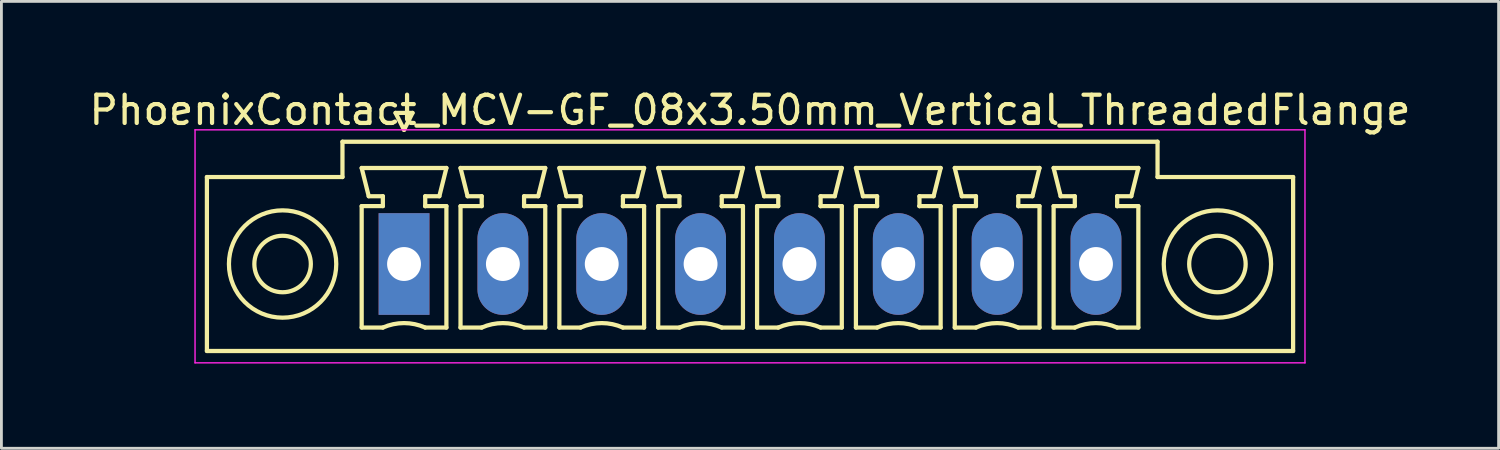
<source format=kicad_pcb>
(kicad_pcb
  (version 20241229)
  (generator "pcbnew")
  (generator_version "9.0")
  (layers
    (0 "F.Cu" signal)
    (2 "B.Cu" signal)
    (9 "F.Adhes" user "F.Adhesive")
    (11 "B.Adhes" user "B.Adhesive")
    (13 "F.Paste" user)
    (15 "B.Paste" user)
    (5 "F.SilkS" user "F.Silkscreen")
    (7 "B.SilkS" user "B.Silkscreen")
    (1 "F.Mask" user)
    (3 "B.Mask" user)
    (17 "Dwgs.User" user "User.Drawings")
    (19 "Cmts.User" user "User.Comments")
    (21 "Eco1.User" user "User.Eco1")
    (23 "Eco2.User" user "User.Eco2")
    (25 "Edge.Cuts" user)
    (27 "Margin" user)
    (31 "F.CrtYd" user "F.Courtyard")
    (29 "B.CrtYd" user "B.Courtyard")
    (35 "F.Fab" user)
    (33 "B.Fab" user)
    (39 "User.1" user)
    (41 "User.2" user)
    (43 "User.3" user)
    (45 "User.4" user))
  (footprint "PhoenixContact_MCV-GF_08x3.50mm_Vertical_ThreadedFlange"
    (layer "F.Cu")
    (at 11.256 6.298)
    (property "Reference" "PhoenixContact_MCV-GF_08x3.50mm_Vertical_ThreadedFlange" (at 12.25 -5.45 0) (layer "F.SilkS") (effects (font (size 1 1) (thickness 0.15))))
    (attr through_hole)
    (fp_line (start -6.98 -3.08) (end -6.98 3.08) (stroke (width 0.15) (type solid)) (layer "F.SilkS"))
    (fp_line (start -6.98 3.08) (end 31.48 3.08) (stroke (width 0.15) (type solid)) (layer "F.SilkS"))
    (fp_line (start -2.18 -4.33) (end -2.18 -3.08) (stroke (width 0.15) (type solid)) (layer "F.SilkS"))
    (fp_line (start -2.18 -3.08) (end -6.98 -3.08) (stroke (width 0.15) (type solid)) (layer "F.SilkS"))
    (fp_line (start -1.5 -3.4) (end 1.5 -3.4) (stroke (width 0.15) (type solid)) (layer "F.SilkS"))
    (fp_line (start -1.5 -2.05) (end -0.75 -2.05) (stroke (width 0.15) (type solid)) (layer "F.SilkS"))
    (fp_line (start -1.5 2.25) (end -1.5 -2.05) (stroke (width 0.15) (type solid)) (layer "F.SilkS"))
    (fp_line (start -1.25 -2.4) (end -1.5 -3.4) (stroke (width 0.15) (type solid)) (layer "F.SilkS"))
    (fp_line (start -0.75 -2.4) (end -1.25 -2.4) (stroke (width 0.15) (type solid)) (layer "F.SilkS"))
    (fp_line (start -0.75 -2.05) (end -0.75 -2.4) (stroke (width 0.15) (type solid)) (layer "F.SilkS"))
    (fp_line (start -0.75 2.25) (end -1.5 2.25) (stroke (width 0.15) (type solid)) (layer "F.SilkS"))
    (fp_line (start -0.3 -5.35) (end 0 -4.75) (stroke (width 0.15) (type solid)) (layer "F.SilkS"))
    (fp_line (start 0 -4.75) (end 0.3 -5.35) (stroke (width 0.15) (type solid)) (layer "F.SilkS"))
    (fp_line (start 0.3 -5.35) (end -0.3 -5.35) (stroke (width 0.15) (type solid)) (layer "F.SilkS"))
    (fp_line (start 0.75 -2.4) (end 0.75 -2.05) (stroke (width 0.15) (type solid)) (layer "F.SilkS"))
    (fp_line (start 0.75 -2.05) (end 0.75 -2.05) (stroke (width 0.15) (type solid)) (layer "F.SilkS"))
    (fp_line (start 0.75 -2.05) (end 1.5 -2.05) (stroke (width 0.15) (type solid)) (layer "F.SilkS"))
    (fp_line (start 1.25 -2.4) (end 0.75 -2.4) (stroke (width 0.15) (type solid)) (layer "F.SilkS"))
    (fp_line (start 1.5 -3.4) (end 1.25 -2.4) (stroke (width 0.15) (type solid)) (layer "F.SilkS"))
    (fp_line (start 1.5 -2.05) (end 1.5 2.25) (stroke (width 0.15) (type solid)) (layer "F.SilkS"))
    (fp_line (start 1.5 2.25) (end 0.75 2.25) (stroke (width 0.15) (type solid)) (layer "F.SilkS"))
    (fp_line (start 2 -3.4) (end 5 -3.4) (stroke (width 0.15) (type solid)) (layer "F.SilkS"))
    (fp_line (start 2 -2.05) (end 2.75 -2.05) (stroke (width 0.15) (type solid)) (layer "F.SilkS"))
    (fp_line (start 2 2.25) (end 2 -2.05) (stroke (width 0.15) (type solid)) (layer "F.SilkS"))
    (fp_line (start 2.25 -2.4) (end 2 -3.4) (stroke (width 0.15) (type solid)) (layer "F.SilkS"))
    (fp_line (start 2.75 -2.4) (end 2.25 -2.4) (stroke (width 0.15) (type solid)) (layer "F.SilkS"))
    (fp_line (start 2.75 -2.05) (end 2.75 -2.4) (stroke (width 0.15) (type solid)) (layer "F.SilkS"))
    (fp_line (start 2.75 2.25) (end 2 2.25) (stroke (width 0.15) (type solid)) (layer "F.SilkS"))
    (fp_line (start 4.25 -2.4) (end 4.25 -2.05) (stroke (width 0.15) (type solid)) (layer "F.SilkS"))
    (fp_line (start 4.25 -2.05) (end 4.25 -2.05) (stroke (width 0.15) (type solid)) (layer "F.SilkS"))
    (fp_line (start 4.25 -2.05) (end 5 -2.05) (stroke (width 0.15) (type solid)) (layer "F.SilkS"))
    (fp_line (start 4.75 -2.4) (end 4.25 -2.4) (stroke (width 0.15) (type solid)) (layer "F.SilkS"))
    (fp_line (start 5 -3.4) (end 4.75 -2.4) (stroke (width 0.15) (type solid)) (layer "F.SilkS"))
    (fp_line (start 5 -2.05) (end 5 2.25) (stroke (width 0.15) (type solid)) (layer "F.SilkS"))
    (fp_line (start 5 2.25) (end 4.25 2.25) (stroke (width 0.15) (type solid)) (layer "F.SilkS"))
    (fp_line (start 5.5 -3.4) (end 8.5 -3.4) (stroke (width 0.15) (type solid)) (layer "F.SilkS"))
    (fp_line (start 5.5 -2.05) (end 6.25 -2.05) (stroke (width 0.15) (type solid)) (layer "F.SilkS"))
    (fp_line (start 5.5 2.25) (end 5.5 -2.05) (stroke (width 0.15) (type solid)) (layer "F.SilkS"))
    (fp_line (start 5.75 -2.4) (end 5.5 -3.4) (stroke (width 0.15) (type solid)) (layer "F.SilkS"))
    (fp_line (start 6.25 -2.4) (end 5.75 -2.4) (stroke (width 0.15) (type solid)) (layer "F.SilkS"))
    (fp_line (start 6.25 -2.05) (end 6.25 -2.4) (stroke (width 0.15) (type solid)) (layer "F.SilkS"))
    (fp_line (start 6.25 2.25) (end 5.5 2.25) (stroke (width 0.15) (type solid)) (layer "F.SilkS"))
    (fp_line (start 7.75 -2.4) (end 7.75 -2.05) (stroke (width 0.15) (type solid)) (layer "F.SilkS"))
    (fp_line (start 7.75 -2.05) (end 7.75 -2.05) (stroke (width 0.15) (type solid)) (layer "F.SilkS"))
    (fp_line (start 7.75 -2.05) (end 8.5 -2.05) (stroke (width 0.15) (type solid)) (layer "F.SilkS"))
    (fp_line (start 8.25 -2.4) (end 7.75 -2.4) (stroke (width 0.15) (type solid)) (layer "F.SilkS"))
    (fp_line (start 8.5 -3.4) (end 8.25 -2.4) (stroke (width 0.15) (type solid)) (layer "F.SilkS"))
    (fp_line (start 8.5 -2.05) (end 8.5 2.25) (stroke (width 0.15) (type solid)) (layer "F.SilkS"))
    (fp_line (start 8.5 2.25) (end 7.75 2.25) (stroke (width 0.15) (type solid)) (layer "F.SilkS"))
    (fp_line (start 9 -3.4) (end 12 -3.4) (stroke (width 0.15) (type solid)) (layer "F.SilkS"))
    (fp_line (start 9 -2.05) (end 9.75 -2.05) (stroke (width 0.15) (type solid)) (layer "F.SilkS"))
    (fp_line (start 9 2.25) (end 9 -2.05) (stroke (width 0.15) (type solid)) (layer "F.SilkS"))
    (fp_line (start 9.25 -2.4) (end 9 -3.4) (stroke (width 0.15) (type solid)) (layer "F.SilkS"))
    (fp_line (start 9.75 -2.4) (end 9.25 -2.4) (stroke (width 0.15) (type solid)) (layer "F.SilkS"))
    (fp_line (start 9.75 -2.05) (end 9.75 -2.4) (stroke (width 0.15) (type solid)) (layer "F.SilkS"))
    (fp_line (start 9.75 2.25) (end 9 2.25) (stroke (width 0.15) (type solid)) (layer "F.SilkS"))
    (fp_line (start 11.25 -2.4) (end 11.25 -2.05) (stroke (width 0.15) (type solid)) (layer "F.SilkS"))
    (fp_line (start 11.25 -2.05) (end 11.25 -2.05) (stroke (width 0.15) (type solid)) (layer "F.SilkS"))
    (fp_line (start 11.25 -2.05) (end 12 -2.05) (stroke (width 0.15) (type solid)) (layer "F.SilkS"))
    (fp_line (start 11.75 -2.4) (end 11.25 -2.4) (stroke (width 0.15) (type solid)) (layer "F.SilkS"))
    (fp_line (start 12 -3.4) (end 11.75 -2.4) (stroke (width 0.15) (type solid)) (layer "F.SilkS"))
    (fp_line (start 12 -2.05) (end 12 2.25) (stroke (width 0.15) (type solid)) (layer "F.SilkS"))
    (fp_line (start 12 2.25) (end 11.25 2.25) (stroke (width 0.15) (type solid)) (layer "F.SilkS"))
    (fp_line (start 12.5 -3.4) (end 15.5 -3.4) (stroke (width 0.15) (type solid)) (layer "F.SilkS"))
    (fp_line (start 12.5 -2.05) (end 13.25 -2.05) (stroke (width 0.15) (type solid)) (layer "F.SilkS"))
    (fp_line (start 12.5 2.25) (end 12.5 -2.05) (stroke (width 0.15) (type solid)) (layer "F.SilkS"))
    (fp_line (start 12.75 -2.4) (end 12.5 -3.4) (stroke (width 0.15) (type solid)) (layer "F.SilkS"))
    (fp_line (start 13.25 -2.4) (end 12.75 -2.4) (stroke (width 0.15) (type solid)) (layer "F.SilkS"))
    (fp_line (start 13.25 -2.05) (end 13.25 -2.4) (stroke (width 0.15) (type solid)) (layer "F.SilkS"))
    (fp_line (start 13.25 2.25) (end 12.5 2.25) (stroke (width 0.15) (type solid)) (layer "F.SilkS"))
    (fp_line (start 14.75 -2.4) (end 14.75 -2.05) (stroke (width 0.15) (type solid)) (layer "F.SilkS"))
    (fp_line (start 14.75 -2.05) (end 14.75 -2.05) (stroke (width 0.15) (type solid)) (layer "F.SilkS"))
    (fp_line (start 14.75 -2.05) (end 15.5 -2.05) (stroke (width 0.15) (type solid)) (layer "F.SilkS"))
    (fp_line (start 15.25 -2.4) (end 14.75 -2.4) (stroke (width 0.15) (type solid)) (layer "F.SilkS"))
    (fp_line (start 15.5 -3.4) (end 15.25 -2.4) (stroke (width 0.15) (type solid)) (layer "F.SilkS"))
    (fp_line (start 15.5 -2.05) (end 15.5 2.25) (stroke (width 0.15) (type solid)) (layer "F.SilkS"))
    (fp_line (start 15.5 2.25) (end 14.75 2.25) (stroke (width 0.15) (type solid)) (layer "F.SilkS"))
    (fp_line (start 16 -3.4) (end 19 -3.4) (stroke (width 0.15) (type solid)) (layer "F.SilkS"))
    (fp_line (start 16 -2.05) (end 16.75 -2.05) (stroke (width 0.15) (type solid)) (layer "F.SilkS"))
    (fp_line (start 16 2.25) (end 16 -2.05) (stroke (width 0.15) (type solid)) (layer "F.SilkS"))
    (fp_line (start 16.25 -2.4) (end 16 -3.4) (stroke (width 0.15) (type solid)) (layer "F.SilkS"))
    (fp_line (start 16.75 -2.4) (end 16.25 -2.4) (stroke (width 0.15) (type solid)) (layer "F.SilkS"))
    (fp_line (start 16.75 -2.05) (end 16.75 -2.4) (stroke (width 0.15) (type solid)) (layer "F.SilkS"))
    (fp_line (start 16.75 2.25) (end 16 2.25) (stroke (width 0.15) (type solid)) (layer "F.SilkS"))
    (fp_line (start 18.25 -2.4) (end 18.25 -2.05) (stroke (width 0.15) (type solid)) (layer "F.SilkS"))
    (fp_line (start 18.25 -2.05) (end 18.25 -2.05) (stroke (width 0.15) (type solid)) (layer "F.SilkS"))
    (fp_line (start 18.25 -2.05) (end 19 -2.05) (stroke (width 0.15) (type solid)) (layer "F.SilkS"))
    (fp_line (start 18.75 -2.4) (end 18.25 -2.4) (stroke (width 0.15) (type solid)) (layer "F.SilkS"))
    (fp_line (start 19 -3.4) (end 18.75 -2.4) (stroke (width 0.15) (type solid)) (layer "F.SilkS"))
    (fp_line (start 19 -2.05) (end 19 2.25) (stroke (width 0.15) (type solid)) (layer "F.SilkS"))
    (fp_line (start 19 2.25) (end 18.25 2.25) (stroke (width 0.15) (type solid)) (layer "F.SilkS"))
    (fp_line (start 19.5 -3.4) (end 22.5 -3.4) (stroke (width 0.15) (type solid)) (layer "F.SilkS"))
    (fp_line (start 19.5 -2.05) (end 20.25 -2.05) (stroke (width 0.15) (type solid)) (layer "F.SilkS"))
    (fp_line (start 19.5 2.25) (end 19.5 -2.05) (stroke (width 0.15) (type solid)) (layer "F.SilkS"))
    (fp_line (start 19.75 -2.4) (end 19.5 -3.4) (stroke (width 0.15) (type solid)) (layer "F.SilkS"))
    (fp_line (start 20.25 -2.4) (end 19.75 -2.4) (stroke (width 0.15) (type solid)) (layer "F.SilkS"))
    (fp_line (start 20.25 -2.05) (end 20.25 -2.4) (stroke (width 0.15) (type solid)) (layer "F.SilkS"))
    (fp_line (start 20.25 2.25) (end 19.5 2.25) (stroke (width 0.15) (type solid)) (layer "F.SilkS"))
    (fp_line (start 21.75 -2.4) (end 21.75 -2.05) (stroke (width 0.15) (type solid)) (layer "F.SilkS"))
    (fp_line (start 21.75 -2.05) (end 21.75 -2.05) (stroke (width 0.15) (type solid)) (layer "F.SilkS"))
    (fp_line (start 21.75 -2.05) (end 22.5 -2.05) (stroke (width 0.15) (type solid)) (layer "F.SilkS"))
    (fp_line (start 22.25 -2.4) (end 21.75 -2.4) (stroke (width 0.15) (type solid)) (layer "F.SilkS"))
    (fp_line (start 22.5 -3.4) (end 22.25 -2.4) (stroke (width 0.15) (type solid)) (layer "F.SilkS"))
    (fp_line (start 22.5 -2.05) (end 22.5 2.25) (stroke (width 0.15) (type solid)) (layer "F.SilkS"))
    (fp_line (start 22.5 2.25) (end 21.75 2.25) (stroke (width 0.15) (type solid)) (layer "F.SilkS"))
    (fp_line (start 23 -3.4) (end 26 -3.4) (stroke (width 0.15) (type solid)) (layer "F.SilkS"))
    (fp_line (start 23 -2.05) (end 23.75 -2.05) (stroke (width 0.15) (type solid)) (layer "F.SilkS"))
    (fp_line (start 23 2.25) (end 23 -2.05) (stroke (width 0.15) (type solid)) (layer "F.SilkS"))
    (fp_line (start 23.25 -2.4) (end 23 -3.4) (stroke (width 0.15) (type solid)) (layer "F.SilkS"))
    (fp_line (start 23.75 -2.4) (end 23.25 -2.4) (stroke (width 0.15) (type solid)) (layer "F.SilkS"))
    (fp_line (start 23.75 -2.05) (end 23.75 -2.4) (stroke (width 0.15) (type solid)) (layer "F.SilkS"))
    (fp_line (start 23.75 2.25) (end 23 2.25) (stroke (width 0.15) (type solid)) (layer "F.SilkS"))
    (fp_line (start 25.25 -2.4) (end 25.25 -2.05) (stroke (width 0.15) (type solid)) (layer "F.SilkS"))
    (fp_line (start 25.25 -2.05) (end 25.25 -2.05) (stroke (width 0.15) (type solid)) (layer "F.SilkS"))
    (fp_line (start 25.25 -2.05) (end 26 -2.05) (stroke (width 0.15) (type solid)) (layer "F.SilkS"))
    (fp_line (start 25.75 -2.4) (end 25.25 -2.4) (stroke (width 0.15) (type solid)) (layer "F.SilkS"))
    (fp_line (start 26 -3.4) (end 25.75 -2.4) (stroke (width 0.15) (type solid)) (layer "F.SilkS"))
    (fp_line (start 26 -2.05) (end 26 2.25) (stroke (width 0.15) (type solid)) (layer "F.SilkS"))
    (fp_line (start 26 2.25) (end 25.25 2.25) (stroke (width 0.15) (type solid)) (layer "F.SilkS"))
    (fp_line (start 26.68 -4.33) (end -2.18 -4.33) (stroke (width 0.15) (type solid)) (layer "F.SilkS"))
    (fp_line (start 26.68 -3.08) (end 26.68 -4.33) (stroke (width 0.15) (type solid)) (layer "F.SilkS"))
    (fp_line (start 31.48 -3.08) (end 26.68 -3.08) (stroke (width 0.15) (type solid)) (layer "F.SilkS"))
    (fp_line (start 31.48 3.08) (end 31.48 -3.08) (stroke (width 0.15) (type solid)) (layer "F.SilkS"))
    (fp_arc (start -0.75 2.25) (mid -0.000193 2.09191) (end 0.749647 2.249844) (stroke (width 0.15) (type solid)) (layer "F.SilkS"))
    (fp_arc (start 2.75 2.25) (mid 3.499807 2.09191) (end 4.249647 2.249844) (stroke (width 0.15) (type solid)) (layer "F.SilkS"))
    (fp_arc (start 6.25 2.25) (mid 6.999807 2.09191) (end 7.749647 2.249844) (stroke (width 0.15) (type solid)) (layer "F.SilkS"))
    (fp_arc (start 9.75 2.25) (mid 10.499807 2.09191) (end 11.249647 2.249844) (stroke (width 0.15) (type solid)) (layer "F.SilkS"))
    (fp_arc (start 13.25 2.25) (mid 13.999807 2.09191) (end 14.749647 2.249844) (stroke (width 0.15) (type solid)) (layer "F.SilkS"))
    (fp_arc (start 16.75 2.25) (mid 17.499807 2.09191) (end 18.249647 2.249844) (stroke (width 0.15) (type solid)) (layer "F.SilkS"))
    (fp_arc (start 20.25 2.25) (mid 20.999807 2.09191) (end 21.749647 2.249844) (stroke (width 0.15) (type solid)) (layer "F.SilkS"))
    (fp_arc (start 23.75 2.25) (mid 24.499807 2.09191) (end 25.249647 2.249844) (stroke (width 0.15) (type solid)) (layer "F.SilkS"))
    (fp_circle (center -4.3 0) (end -3.3 0) (stroke (width 0.15) (type solid)) (fill no) (layer "F.SilkS"))
    (fp_circle (center -4.3 0) (end -2.4 0) (stroke (width 0.15) (type solid)) (fill no) (layer "F.SilkS"))
    (fp_circle (center 28.8 0) (end 29.8 0) (stroke (width 0.15) (type solid)) (fill no) (layer "F.SilkS"))
    (fp_circle (center 28.8 0) (end 30.7 0) (stroke (width 0.15) (type solid)) (fill no) (layer "F.SilkS"))
    (fp_line (start -7.4 -4.75) (end -7.4 3.5) (stroke (width 0.05) (type solid)) (layer "F.CrtYd"))
    (fp_line (start -7.4 3.5) (end 31.9 3.5) (stroke (width 0.05) (type solid)) (layer "F.CrtYd"))
    (fp_line (start 31.9 -4.75) (end -7.4 -4.75) (stroke (width 0.05) (type solid)) (layer "F.CrtYd"))
    (fp_line (start 31.9 3.5) (end 31.9 -4.75) (stroke (width 0.05) (type solid)) (layer "F.CrtYd"))
    (pad "1" thru_hole rect (at 0 0) (size 1.8 3.6) (drill 1.2) (layers "*.Cu" "*.Mask"))
    (pad "2" thru_hole oval (at 3.5 0) (size 1.8 3.6) (drill 1.2) (layers "*.Cu" "*.Mask"))
    (pad "3" thru_hole oval (at 7 0) (size 1.8 3.6) (drill 1.2) (layers "*.Cu" "*.Mask"))
    (pad "4" thru_hole oval (at 10.5 0) (size 1.8 3.6) (drill 1.2) (layers "*.Cu" "*.Mask"))
    (pad "5" thru_hole oval (at 14 0) (size 1.8 3.6) (drill 1.2) (layers "*.Cu" "*.Mask"))
    (pad "6" thru_hole oval (at 17.5 0) (size 1.8 3.6) (drill 1.2) (layers "*.Cu" "*.Mask"))
    (pad "7" thru_hole oval (at 21 0) (size 1.8 3.6) (drill 1.2) (layers "*.Cu" "*.Mask"))
    (pad "8" thru_hole oval (at 24.5 0) (size 1.8 3.6) (drill 1.2) (layers "*.Cu" "*.Mask")))
  (gr_rect
    (start -3 -3)
    (end 50.012 12.823)
    (stroke (width 0.1) (type default))
    (fill no)
    (layer "Edge.Cuts")))
</source>
